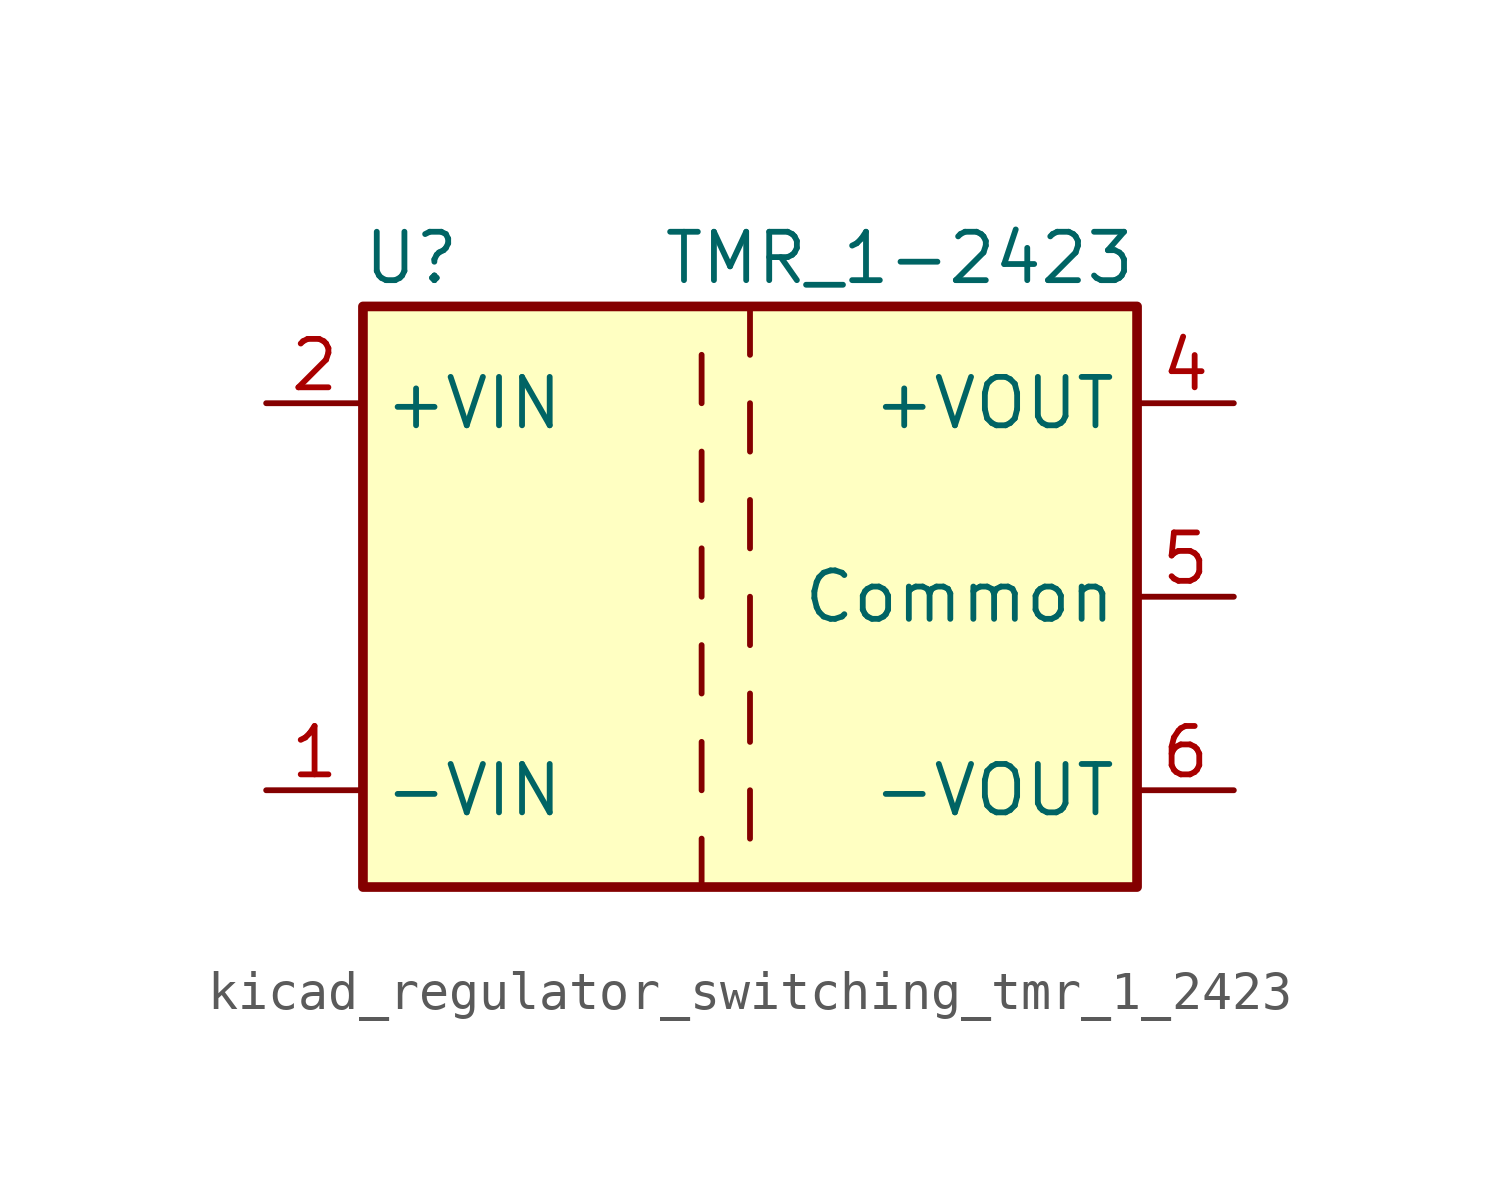
<source format=kicad_sym>
(kicad_symbol_lib
  (version 20220914)
  (generator kicad_symbol_editor)
  (symbol "kicad_regulator_switching_tmr_1_2423"
    (property "Reference" "U"
      (at -8.89 8.89 0)
      (effects (font (size 1.27 1.27))))
    (property "Value" "TMR_1-2423"
      (at 10.16 8.89 0)
      (effects (font (size 1.27 1.27)) (justify right)))
    (symbol "kicad_regulator_switching_tmr_1_2423_0_1"
      (rectangle (start -10.16 7.62) (end 10.16 -7.62) (stroke (width 0.254) (type default)) (fill (type background)))
      (polyline (pts (xy -1.27 -6.35) (xy -1.27 -7.62)) (stroke (width 0) (type default)) (fill (type none)))
      (polyline (pts (xy -1.27 -3.81) (xy -1.27 -5.08)) (stroke (width 0) (type default)) (fill (type none)))
      (polyline (pts (xy -1.27 -1.27) (xy -1.27 -2.54)) (stroke (width 0) (type default)) (fill (type none)))
      (polyline (pts (xy -1.27 1.27) (xy -1.27 0)) (stroke (width 0) (type default)) (fill (type none)))
      (polyline (pts (xy -1.27 3.81) (xy -1.27 2.54)) (stroke (width 0) (type default)) (fill (type none)))
      (polyline (pts (xy -1.27 6.35) (xy -1.27 5.08)) (stroke (width 0) (type default)) (fill (type none)))
      (polyline (pts (xy 0 -5.08) (xy 0 -6.35)) (stroke (width 0) (type default)) (fill (type none)))
      (polyline (pts (xy 0 -2.54) (xy 0 -3.81)) (stroke (width 0) (type default)) (fill (type none)))
      (polyline (pts (xy 0 0) (xy 0 -1.27)) (stroke (width 0) (type default)) (fill (type none)))
      (polyline (pts (xy 0 2.54) (xy 0 1.27)) (stroke (width 0) (type default)) (fill (type none)))
      (polyline (pts (xy 0 5.08) (xy 0 3.81)) (stroke (width 0) (type default)) (fill (type none)))
      (polyline (pts (xy 0 7.62) (xy 0 6.35)) (stroke (width 0) (type default)) (fill (type none))))
    (symbol "kicad_regulator_switching_tmr_1_2423_1_1"
      (pin power_in line (at -12.7 -5.08 0) (length 2.54) (name "-VIN" (effects (font (size 1.27 1.27)))) (number "1" (effects (font (size 1.27 1.27)))))
      (pin power_in line (at -12.7 5.08 0) (length 2.54) (name "+VIN" (effects (font (size 1.27 1.27)))) (number "2" (effects (font (size 1.27 1.27)))))
      (pin power_out line (at 12.7 5.08 180) (length 2.54) (name "+VOUT" (effects (font (size 1.27 1.27)))) (number "4" (effects (font (size 1.27 1.27)))))
      (pin power_out line (at 12.7 0 180) (length 2.54) (name "Common" (effects (font (size 1.27 1.27)))) (number "5" (effects (font (size 1.27 1.27)))))
      (pin power_out line (at 12.7 -5.08 180) (length 2.54) (name "-VOUT" (effects (font (size 1.27 1.27)))) (number "6" (effects (font (size 1.27 1.27))))))))
</source>
